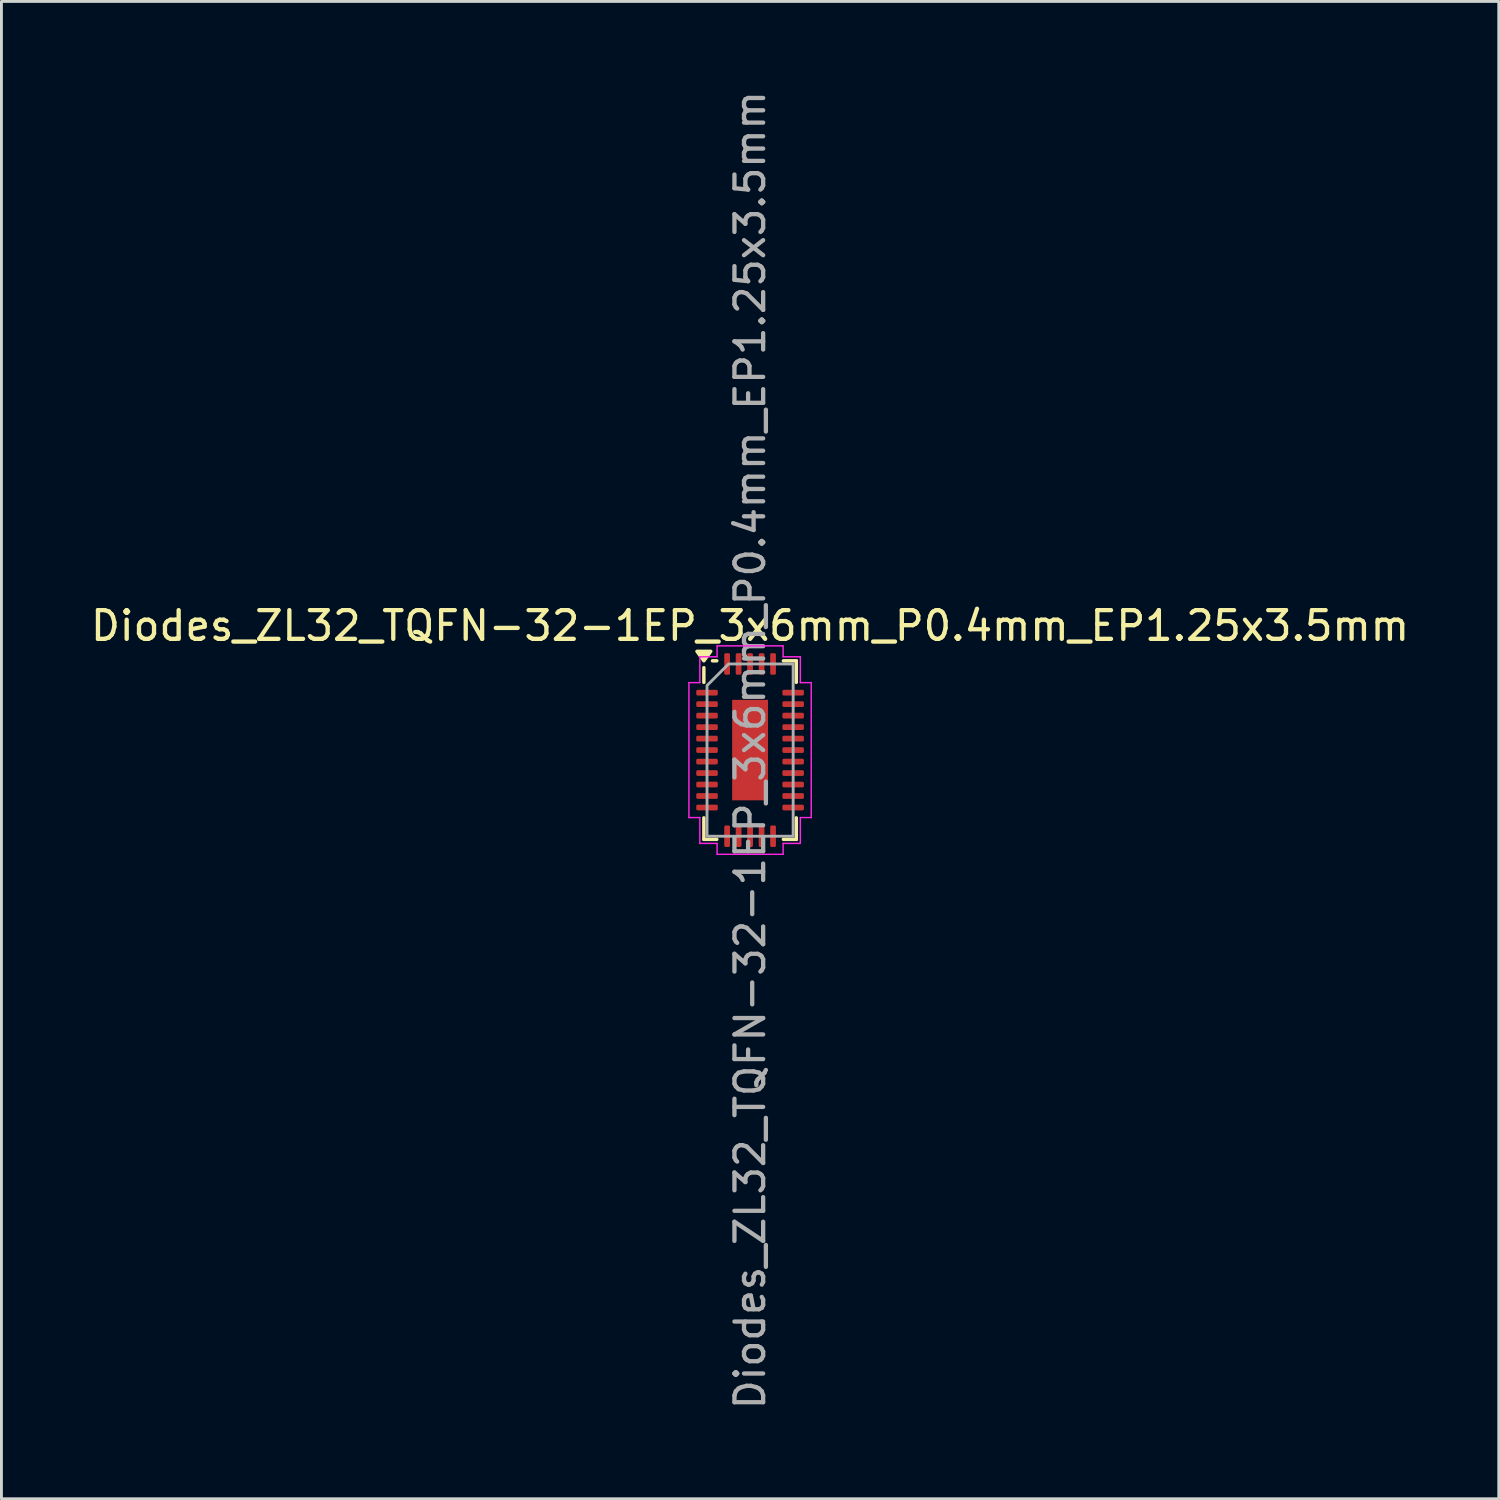
<source format=kicad_pcb>
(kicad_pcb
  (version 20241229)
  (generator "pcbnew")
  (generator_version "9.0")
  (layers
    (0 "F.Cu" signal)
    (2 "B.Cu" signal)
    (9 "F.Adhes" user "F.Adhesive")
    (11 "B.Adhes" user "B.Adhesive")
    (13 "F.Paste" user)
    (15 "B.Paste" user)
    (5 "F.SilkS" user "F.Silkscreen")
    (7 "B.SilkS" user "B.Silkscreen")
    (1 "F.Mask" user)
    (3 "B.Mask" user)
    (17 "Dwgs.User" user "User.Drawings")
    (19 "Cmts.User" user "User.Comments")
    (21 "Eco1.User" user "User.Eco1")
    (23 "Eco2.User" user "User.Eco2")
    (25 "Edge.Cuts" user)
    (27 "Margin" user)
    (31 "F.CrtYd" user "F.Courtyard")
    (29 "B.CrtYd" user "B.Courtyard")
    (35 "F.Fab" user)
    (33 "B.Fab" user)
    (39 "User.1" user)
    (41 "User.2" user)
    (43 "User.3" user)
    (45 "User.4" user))
  (footprint "Diodes_ZL32_TQFN-32-1EP_3x6mm_P0.4mm_EP1.25x3.5mm"
    (layer "F.Cu")
    (at 23.077 23.077)
    (property "Reference" "Diodes_ZL32_TQFN-32-1EP_3x6mm_P0.4mm_EP1.25x3.5mm" (at 0 -4.33 0) (layer "F.SilkS") (effects (font (size 1 1) (thickness 0.15))))
    (attr smd)
    (fp_line (start -1.61 -2.36) (end -1.61 -2.87) (stroke (width 0.12) (type solid)) (layer "F.SilkS"))
    (fp_line (start -1.61 3.11) (end -1.61 2.36) (stroke (width 0.12) (type solid)) (layer "F.SilkS"))
    (fp_line (start -1.16 -3.11) (end -1.31 -3.11) (stroke (width 0.12) (type solid)) (layer "F.SilkS"))
    (fp_line (start -1.16 3.11) (end -1.61 3.11) (stroke (width 0.12) (type solid)) (layer "F.SilkS"))
    (fp_line (start 1.16 -3.11) (end 1.61 -3.11) (stroke (width 0.12) (type solid)) (layer "F.SilkS"))
    (fp_line (start 1.16 3.11) (end 1.61 3.11) (stroke (width 0.12) (type solid)) (layer "F.SilkS"))
    (fp_line (start 1.61 -3.11) (end 1.61 -2.36) (stroke (width 0.12) (type solid)) (layer "F.SilkS"))
    (fp_line (start 1.61 3.11) (end 1.61 2.36) (stroke (width 0.12) (type solid)) (layer "F.SilkS"))
    (fp_poly (pts (xy -1.61 -3.11) (xy -1.85 -3.44) (xy -1.37 -3.44)) (stroke (width 0.12) (type solid)) (fill yes) (layer "F.SilkS"))
    (fp_line (start -2.13 -2.35) (end -1.75 -2.35) (stroke (width 0.05) (type solid)) (layer "F.CrtYd"))
    (fp_line (start -2.13 2.35) (end -2.13 -2.35) (stroke (width 0.05) (type solid)) (layer "F.CrtYd"))
    (fp_line (start -1.75 -3.25) (end -1.15 -3.25) (stroke (width 0.05) (type solid)) (layer "F.CrtYd"))
    (fp_line (start -1.75 -2.35) (end -1.75 -3.25) (stroke (width 0.05) (type solid)) (layer "F.CrtYd"))
    (fp_line (start -1.75 2.35) (end -2.13 2.35) (stroke (width 0.05) (type solid)) (layer "F.CrtYd"))
    (fp_line (start -1.75 3.25) (end -1.75 2.35) (stroke (width 0.05) (type solid)) (layer "F.CrtYd"))
    (fp_line (start -1.15 -3.63) (end 1.15 -3.63) (stroke (width 0.05) (type solid)) (layer "F.CrtYd"))
    (fp_line (start -1.15 -3.25) (end -1.15 -3.63) (stroke (width 0.05) (type solid)) (layer "F.CrtYd"))
    (fp_line (start -1.15 3.25) (end -1.75 3.25) (stroke (width 0.05) (type solid)) (layer "F.CrtYd"))
    (fp_line (start -1.15 3.63) (end -1.15 3.25) (stroke (width 0.05) (type solid)) (layer "F.CrtYd"))
    (fp_line (start 1.15 -3.63) (end 1.15 -3.25) (stroke (width 0.05) (type solid)) (layer "F.CrtYd"))
    (fp_line (start 1.15 -3.25) (end 1.75 -3.25) (stroke (width 0.05) (type solid)) (layer "F.CrtYd"))
    (fp_line (start 1.15 3.25) (end 1.15 3.63) (stroke (width 0.05) (type solid)) (layer "F.CrtYd"))
    (fp_line (start 1.15 3.63) (end -1.15 3.63) (stroke (width 0.05) (type solid)) (layer "F.CrtYd"))
    (fp_line (start 1.75 -3.25) (end 1.75 -2.35) (stroke (width 0.05) (type solid)) (layer "F.CrtYd"))
    (fp_line (start 1.75 -2.35) (end 2.13 -2.35) (stroke (width 0.05) (type solid)) (layer "F.CrtYd"))
    (fp_line (start 1.75 2.35) (end 1.75 3.25) (stroke (width 0.05) (type solid)) (layer "F.CrtYd"))
    (fp_line (start 1.75 3.25) (end 1.15 3.25) (stroke (width 0.05) (type solid)) (layer "F.CrtYd"))
    (fp_line (start 2.13 -2.35) (end 2.13 2.35) (stroke (width 0.05) (type solid)) (layer "F.CrtYd"))
    (fp_line (start 2.13 2.35) (end 1.75 2.35) (stroke (width 0.05) (type solid)) (layer "F.CrtYd"))
    (fp_poly (pts (xy -1.5 -2.25) (xy -1.5 3) (xy 1.5 3) (xy 1.5 -3) (xy -0.75 -3)) (stroke (width 0.1) (type solid)) (fill no) (layer "F.Fab"))
    (fp_text user "${REFERENCE}" (at 0 0 90) (layer "F.Fab") (effects (font (size 1 1) (thickness 0.15))))
    (pad "" smd roundrect (at -0.31 -1.32) (size 0.5 0.71) (layers "F.Paste") (roundrect_rratio 0.25))
    (pad "" smd roundrect (at -0.31 -0.44) (size 0.5 0.71) (layers "F.Paste") (roundrect_rratio 0.25))
    (pad "" smd roundrect (at -0.31 0.44) (size 0.5 0.71) (layers "F.Paste") (roundrect_rratio 0.25))
    (pad "" smd roundrect (at -0.31 1.32) (size 0.5 0.71) (layers "F.Paste") (roundrect_rratio 0.25))
    (pad "" smd roundrect (at 0.31 -1.32) (size 0.5 0.71) (layers "F.Paste") (roundrect_rratio 0.25))
    (pad "" smd roundrect (at 0.31 -0.44) (size 0.5 0.71) (layers "F.Paste") (roundrect_rratio 0.25))
    (pad "" smd roundrect (at 0.31 0.44) (size 0.5 0.71) (layers "F.Paste") (roundrect_rratio 0.25))
    (pad "" smd roundrect (at 0.31 1.32) (size 0.5 0.71) (layers "F.Paste") (roundrect_rratio 0.25))
    (pad "1" smd roundrect (at -1.5 -2) (size 0.75 0.2) (layers "F.Cu" "F.Mask" "F.Paste") (roundrect_rratio 0.25))
    (pad "2" smd roundrect (at -1.5 -1.6) (size 0.75 0.2) (layers "F.Cu" "F.Mask" "F.Paste") (roundrect_rratio 0.25))
    (pad "3" smd roundrect (at -1.5 -1.2) (size 0.75 0.2) (layers "F.Cu" "F.Mask" "F.Paste") (roundrect_rratio 0.25))
    (pad "4" smd roundrect (at -1.5 -0.8) (size 0.75 0.2) (layers "F.Cu" "F.Mask" "F.Paste") (roundrect_rratio 0.25))
    (pad "5" smd roundrect (at -1.5 -0.4) (size 0.75 0.2) (layers "F.Cu" "F.Mask" "F.Paste") (roundrect_rratio 0.25))
    (pad "6" smd roundrect (at -1.5 0) (size 0.75 0.2) (layers "F.Cu" "F.Mask" "F.Paste") (roundrect_rratio 0.25))
    (pad "7" smd roundrect (at -1.5 0.4) (size 0.75 0.2) (layers "F.Cu" "F.Mask" "F.Paste") (roundrect_rratio 0.25))
    (pad "8" smd roundrect (at -1.5 0.8) (size 0.75 0.2) (layers "F.Cu" "F.Mask" "F.Paste") (roundrect_rratio 0.25))
    (pad "9" smd roundrect (at -1.5 1.2) (size 0.75 0.2) (layers "F.Cu" "F.Mask" "F.Paste") (roundrect_rratio 0.25))
    (pad "10" smd roundrect (at -1.5 1.6) (size 0.75 0.2) (layers "F.Cu" "F.Mask" "F.Paste") (roundrect_rratio 0.25))
    (pad "11" smd roundrect (at -1.5 2) (size 0.75 0.2) (layers "F.Cu" "F.Mask" "F.Paste") (roundrect_rratio 0.25))
    (pad "12" smd roundrect (at -0.8 3) (size 0.2 0.75) (layers "F.Cu" "F.Mask" "F.Paste") (roundrect_rratio 0.25))
    (pad "13" smd roundrect (at -0.4 3) (size 0.2 0.75) (layers "F.Cu" "F.Mask" "F.Paste") (roundrect_rratio 0.25))
    (pad "14" smd roundrect (at 0 3) (size 0.2 0.75) (layers "F.Cu" "F.Mask" "F.Paste") (roundrect_rratio 0.25))
    (pad "15" smd roundrect (at 0.4 3) (size 0.2 0.75) (layers "F.Cu" "F.Mask" "F.Paste") (roundrect_rratio 0.25))
    (pad "16" smd roundrect (at 0.8 3) (size 0.2 0.75) (layers "F.Cu" "F.Mask" "F.Paste") (roundrect_rratio 0.25))
    (pad "17" smd roundrect (at 1.5 2) (size 0.75 0.2) (layers "F.Cu" "F.Mask" "F.Paste") (roundrect_rratio 0.25))
    (pad "18" smd roundrect (at 1.5 1.6) (size 0.75 0.2) (layers "F.Cu" "F.Mask" "F.Paste") (roundrect_rratio 0.25))
    (pad "19" smd roundrect (at 1.5 1.2) (size 0.75 0.2) (layers "F.Cu" "F.Mask" "F.Paste") (roundrect_rratio 0.25))
    (pad "20" smd roundrect (at 1.5 0.8) (size 0.75 0.2) (layers "F.Cu" "F.Mask" "F.Paste") (roundrect_rratio 0.25))
    (pad "21" smd roundrect (at 1.5 0.4) (size 0.75 0.2) (layers "F.Cu" "F.Mask" "F.Paste") (roundrect_rratio 0.25))
    (pad "22" smd roundrect (at 1.5 0) (size 0.75 0.2) (layers "F.Cu" "F.Mask" "F.Paste") (roundrect_rratio 0.25))
    (pad "23" smd roundrect (at 1.5 -0.4) (size 0.75 0.2) (layers "F.Cu" "F.Mask" "F.Paste") (roundrect_rratio 0.25))
    (pad "24" smd roundrect (at 1.5 -0.8) (size 0.75 0.2) (layers "F.Cu" "F.Mask" "F.Paste") (roundrect_rratio 0.25))
    (pad "25" smd roundrect (at 1.5 -1.2) (size 0.75 0.2) (layers "F.Cu" "F.Mask" "F.Paste") (roundrect_rratio 0.25))
    (pad "26" smd roundrect (at 1.5 -1.6) (size 0.75 0.2) (layers "F.Cu" "F.Mask" "F.Paste") (roundrect_rratio 0.25))
    (pad "27" smd roundrect (at 1.5 -2) (size 0.75 0.2) (layers "F.Cu" "F.Mask" "F.Paste") (roundrect_rratio 0.25))
    (pad "28" smd roundrect (at 0.8 -3) (size 0.2 0.75) (layers "F.Cu" "F.Mask" "F.Paste") (roundrect_rratio 0.25))
    (pad "29" smd roundrect (at 0.4 -3) (size 0.2 0.75) (layers "F.Cu" "F.Mask" "F.Paste") (roundrect_rratio 0.25))
    (pad "30" smd roundrect (at 0 -3) (size 0.2 0.75) (layers "F.Cu" "F.Mask" "F.Paste") (roundrect_rratio 0.25))
    (pad "31" smd roundrect (at -0.4 -3) (size 0.2 0.75) (layers "F.Cu" "F.Mask" "F.Paste") (roundrect_rratio 0.25))
    (pad "32" smd roundrect (at -0.8 -3) (size 0.2 0.75) (layers "F.Cu" "F.Mask" "F.Paste") (roundrect_rratio 0.25))
    (pad "33" smd rect (at 0 0) (size 1.25 3.5) (property pad_prop_heatsink) (layers "F.Cu" "F.Mask")))
  (gr_rect
    (start -3 -3)
    (end 49.155 49.155)
    (stroke (width 0.1) (type default))
    (fill no)
    (layer "Edge.Cuts")))
</source>
